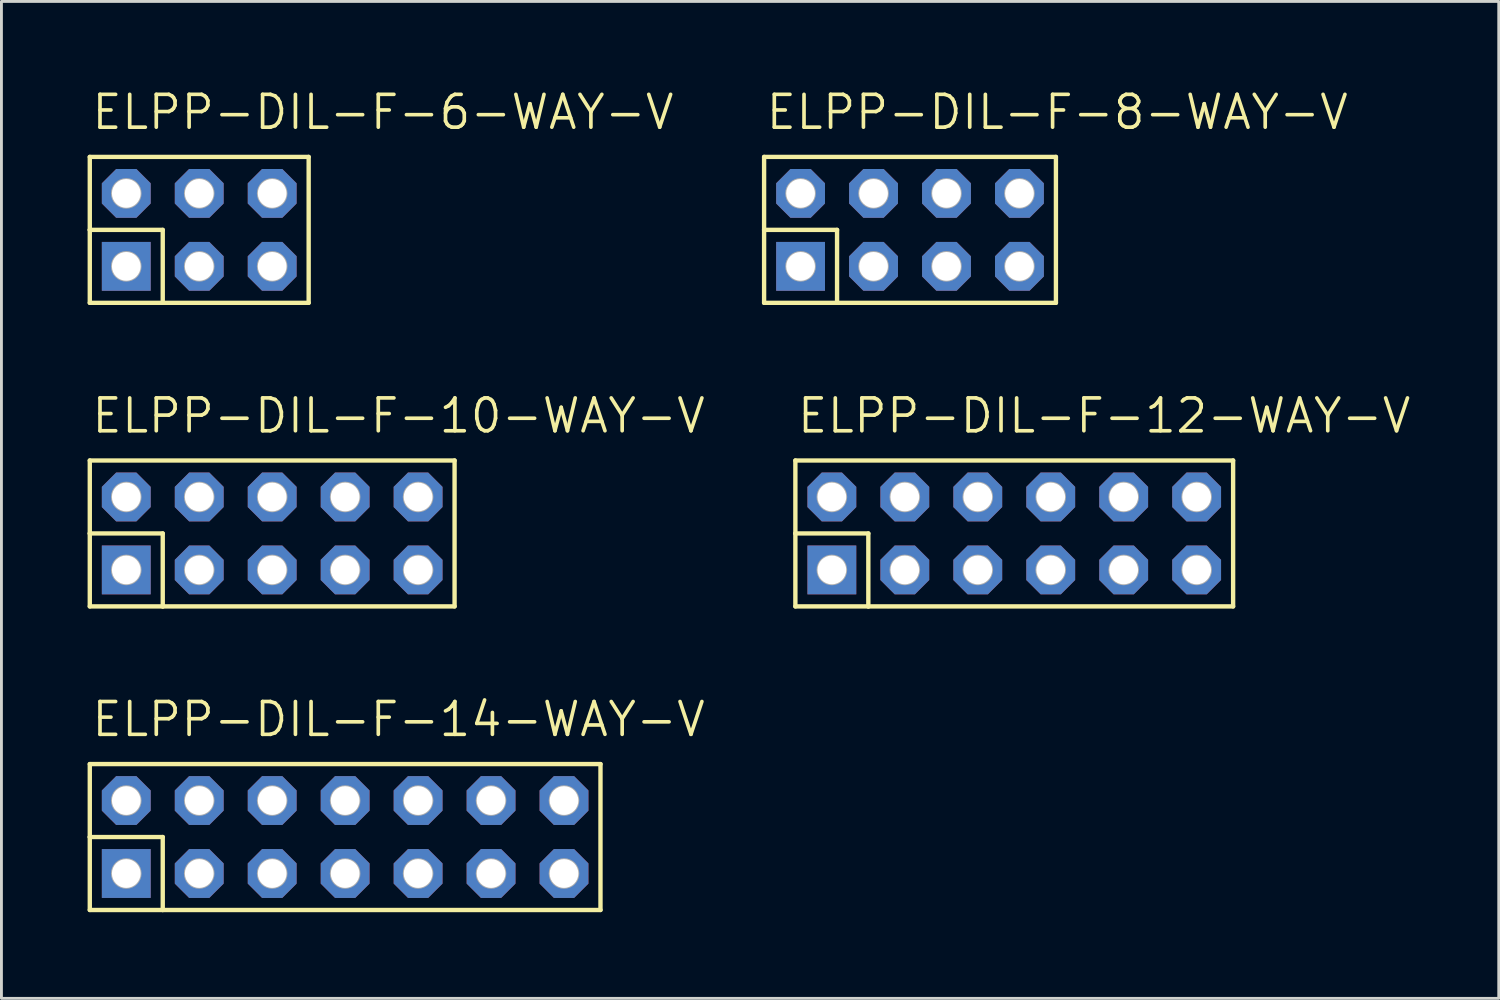
<source format=kicad_pcb>
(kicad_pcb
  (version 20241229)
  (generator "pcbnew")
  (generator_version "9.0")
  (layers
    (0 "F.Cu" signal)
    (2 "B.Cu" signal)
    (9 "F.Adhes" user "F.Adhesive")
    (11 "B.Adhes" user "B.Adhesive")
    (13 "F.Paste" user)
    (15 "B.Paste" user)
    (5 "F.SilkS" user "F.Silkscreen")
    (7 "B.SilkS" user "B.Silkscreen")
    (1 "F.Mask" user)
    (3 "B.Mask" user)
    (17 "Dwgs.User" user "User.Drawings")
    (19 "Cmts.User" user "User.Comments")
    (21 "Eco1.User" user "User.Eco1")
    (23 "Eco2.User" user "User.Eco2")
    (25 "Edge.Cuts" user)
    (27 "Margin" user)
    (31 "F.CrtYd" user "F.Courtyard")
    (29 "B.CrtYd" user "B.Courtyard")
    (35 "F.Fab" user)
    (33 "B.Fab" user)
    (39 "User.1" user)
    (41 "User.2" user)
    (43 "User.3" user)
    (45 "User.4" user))
  (footprint "ELPP-DIL-F-14-WAY-V"
    (layer "F.Cu")
    (at 6.426 27.361)
    (property "Reference" "ELPP-DIL-F-14-WAY-V" (at -6.35 -4.699 0) (unlocked yes) (layer "F.SilkS") (effects (font (size 1.143 1.143) (thickness 0.127)) (justify left bottom)))
    (fp_line (start -6.35 -3.81) (end 11.43 -3.81) (stroke (width 0.152) (type solid)) (layer "F.SilkS"))
    (fp_line (start -6.35 -1.27) (end -6.35 -3.81) (stroke (width 0.152) (type solid)) (layer "F.SilkS"))
    (fp_line (start -6.35 -1.27) (end -3.81 -1.27) (stroke (width 0.152) (type solid)) (layer "F.SilkS"))
    (fp_line (start -6.35 1.27) (end -6.35 -1.27) (stroke (width 0.152) (type solid)) (layer "F.SilkS"))
    (fp_line (start -3.81 -1.27) (end -3.81 1.27) (stroke (width 0.152) (type solid)) (layer "F.SilkS"))
    (fp_line (start -3.81 1.27) (end -6.35 1.27) (stroke (width 0.152) (type solid)) (layer "F.SilkS"))
    (fp_line (start 11.43 -3.81) (end 11.43 1.27) (stroke (width 0.152) (type solid)) (layer "F.SilkS"))
    (fp_line (start 11.43 1.27) (end -3.81 1.27) (stroke (width 0.152) (type solid)) (layer "F.SilkS"))
    (fp_circle (center -5.08 -2.54) (end -4.953 -2.54) (stroke (width 0.406) (type solid)) (fill no) (layer "F.Fab"))
    (fp_circle (center -5.08 0) (end -4.953 0) (stroke (width 0.406) (type solid)) (fill no) (layer "F.Fab"))
    (fp_circle (center -2.54 -2.54) (end -2.413 -2.54) (stroke (width 0.406) (type solid)) (fill no) (layer "F.Fab"))
    (fp_circle (center -2.54 0) (end -2.413 0) (stroke (width 0.406) (type solid)) (fill no) (layer "F.Fab"))
    (fp_circle (center 0 -2.54) (end 0.127 -2.54) (stroke (width 0.406) (type solid)) (fill no) (layer "F.Fab"))
    (fp_circle (center 0 0) (end 0.127 0) (stroke (width 0.406) (type solid)) (fill no) (layer "F.Fab"))
    (fp_circle (center 2.54 -2.54) (end 2.667 -2.54) (stroke (width 0.406) (type solid)) (fill no) (layer "F.Fab"))
    (fp_circle (center 2.54 0) (end 2.667 0) (stroke (width 0.406) (type solid)) (fill no) (layer "F.Fab"))
    (fp_circle (center 5.08 -2.54) (end 5.207 -2.54) (stroke (width 0.406) (type solid)) (fill no) (layer "F.Fab"))
    (fp_circle (center 5.08 0) (end 5.207 0) (stroke (width 0.406) (type solid)) (fill no) (layer "F.Fab"))
    (fp_circle (center 7.62 -2.54) (end 7.747 -2.54) (stroke (width 0.406) (type solid)) (fill no) (layer "F.Fab"))
    (fp_circle (center 7.62 0) (end 7.747 0) (stroke (width 0.406) (type solid)) (fill no) (layer "F.Fab"))
    (fp_circle (center 10.16 -2.54) (end 10.287 -2.54) (stroke (width 0.406) (type solid)) (fill no) (layer "F.Fab"))
    (fp_circle (center 10.16 0) (end 10.287 0) (stroke (width 0.406) (type solid)) (fill no) (layer "F.Fab"))
    (pad "1" thru_hole rect (at -5.08 0) (size 1.7 1.7) (drill 1) (layers "*.Cu" "*.Mask"))
    (pad "2" thru_hole roundrect (at -5.08 -2.54) (size 1.7 1.7) (drill 1) (layers "*.Cu" "*.Mask") (roundrect_rratio 0.25) (chamfer_ratio 0.293) (chamfer top_left top_right bottom_left bottom_right))
    (pad "3" thru_hole roundrect (at -2.54 0) (size 1.7 1.7) (drill 1) (layers "*.Cu" "*.Mask") (roundrect_rratio 0.25) (chamfer_ratio 0.293) (chamfer top_left top_right bottom_left bottom_right))
    (pad "4" thru_hole roundrect (at -2.54 -2.54) (size 1.7 1.7) (drill 1) (layers "*.Cu" "*.Mask") (roundrect_rratio 0.25) (chamfer_ratio 0.293) (chamfer top_left top_right bottom_left bottom_right))
    (pad "5" thru_hole roundrect (at 0 0) (size 1.7 1.7) (drill 1) (layers "*.Cu" "*.Mask") (roundrect_rratio 0.25) (chamfer_ratio 0.293) (chamfer top_left top_right bottom_left bottom_right))
    (pad "6" thru_hole roundrect (at 0 -2.54) (size 1.7 1.7) (drill 1) (layers "*.Cu" "*.Mask") (roundrect_rratio 0.25) (chamfer_ratio 0.293) (chamfer top_left top_right bottom_left bottom_right))
    (pad "7" thru_hole roundrect (at 2.54 0) (size 1.7 1.7) (drill 1) (layers "*.Cu" "*.Mask") (roundrect_rratio 0.25) (chamfer_ratio 0.293) (chamfer top_left top_right bottom_left bottom_right))
    (pad "8" thru_hole roundrect (at 2.54 -2.54) (size 1.7 1.7) (drill 1) (layers "*.Cu" "*.Mask") (roundrect_rratio 0.25) (chamfer_ratio 0.293) (chamfer top_left top_right bottom_left bottom_right))
    (pad "9" thru_hole roundrect (at 5.08 0) (size 1.7 1.7) (drill 1) (layers "*.Cu" "*.Mask") (roundrect_rratio 0.25) (chamfer_ratio 0.293) (chamfer top_left top_right bottom_left bottom_right))
    (pad "10" thru_hole roundrect (at 5.08 -2.54) (size 1.7 1.7) (drill 1) (layers "*.Cu" "*.Mask") (roundrect_rratio 0.25) (chamfer_ratio 0.293) (chamfer top_left top_right bottom_left bottom_right))
    (pad "11" thru_hole roundrect (at 7.62 0) (size 1.7 1.7) (drill 1) (layers "*.Cu" "*.Mask") (roundrect_rratio 0.25) (chamfer_ratio 0.293) (chamfer top_left top_right bottom_left bottom_right))
    (pad "12" thru_hole roundrect (at 7.62 -2.54) (size 1.7 1.7) (drill 1) (layers "*.Cu" "*.Mask") (roundrect_rratio 0.25) (chamfer_ratio 0.293) (chamfer top_left top_right bottom_left bottom_right))
    (pad "13" thru_hole roundrect (at 10.16 0) (size 1.7 1.7) (drill 1) (layers "*.Cu" "*.Mask") (roundrect_rratio 0.25) (chamfer_ratio 0.293) (chamfer top_left top_right bottom_left bottom_right))
    (pad "14" thru_hole roundrect (at 10.16 -2.54) (size 1.7 1.7) (drill 1) (layers "*.Cu" "*.Mask") (roundrect_rratio 0.25) (chamfer_ratio 0.293) (chamfer top_left top_right bottom_left bottom_right)))
  (footprint "ELPP-DIL-F-12-WAY-V"
    (layer "F.Cu")
    (at 30.991 16.792)
    (property "Reference" "ELPP-DIL-F-12-WAY-V" (at -6.35 -4.699 0) (unlocked yes) (layer "F.SilkS") (effects (font (size 1.143 1.143) (thickness 0.127)) (justify left bottom)))
    (fp_line (start -6.35 -3.81) (end 8.89 -3.81) (stroke (width 0.152) (type solid)) (layer "F.SilkS"))
    (fp_line (start -6.35 -1.27) (end -6.35 -3.81) (stroke (width 0.152) (type solid)) (layer "F.SilkS"))
    (fp_line (start -6.35 -1.27) (end -3.81 -1.27) (stroke (width 0.152) (type solid)) (layer "F.SilkS"))
    (fp_line (start -6.35 1.27) (end -6.35 -1.27) (stroke (width 0.152) (type solid)) (layer "F.SilkS"))
    (fp_line (start -3.81 -1.27) (end -3.81 1.27) (stroke (width 0.152) (type solid)) (layer "F.SilkS"))
    (fp_line (start -3.81 1.27) (end -6.35 1.27) (stroke (width 0.152) (type solid)) (layer "F.SilkS"))
    (fp_line (start 8.89 -3.81) (end 8.89 1.27) (stroke (width 0.152) (type solid)) (layer "F.SilkS"))
    (fp_line (start 8.89 1.27) (end -3.81 1.27) (stroke (width 0.152) (type solid)) (layer "F.SilkS"))
    (fp_circle (center -5.08 -2.54) (end -4.953 -2.54) (stroke (width 0.406) (type solid)) (fill no) (layer "F.Fab"))
    (fp_circle (center -5.08 0) (end -4.953 0) (stroke (width 0.406) (type solid)) (fill no) (layer "F.Fab"))
    (fp_circle (center -2.54 -2.54) (end -2.413 -2.54) (stroke (width 0.406) (type solid)) (fill no) (layer "F.Fab"))
    (fp_circle (center -2.54 0) (end -2.413 0) (stroke (width 0.406) (type solid)) (fill no) (layer "F.Fab"))
    (fp_circle (center 0 -2.54) (end 0.127 -2.54) (stroke (width 0.406) (type solid)) (fill no) (layer "F.Fab"))
    (fp_circle (center 0 0) (end 0.127 0) (stroke (width 0.406) (type solid)) (fill no) (layer "F.Fab"))
    (fp_circle (center 2.54 -2.54) (end 2.667 -2.54) (stroke (width 0.406) (type solid)) (fill no) (layer "F.Fab"))
    (fp_circle (center 2.54 0) (end 2.667 0) (stroke (width 0.406) (type solid)) (fill no) (layer "F.Fab"))
    (fp_circle (center 5.08 -2.54) (end 5.207 -2.54) (stroke (width 0.406) (type solid)) (fill no) (layer "F.Fab"))
    (fp_circle (center 5.08 0) (end 5.207 0) (stroke (width 0.406) (type solid)) (fill no) (layer "F.Fab"))
    (fp_circle (center 7.62 -2.54) (end 7.747 -2.54) (stroke (width 0.406) (type solid)) (fill no) (layer "F.Fab"))
    (fp_circle (center 7.62 0) (end 7.747 0) (stroke (width 0.406) (type solid)) (fill no) (layer "F.Fab"))
    (pad "1" thru_hole rect (at -5.08 0) (size 1.7 1.7) (drill 1) (layers "*.Cu" "*.Mask"))
    (pad "2" thru_hole roundrect (at -5.08 -2.54) (size 1.7 1.7) (drill 1) (layers "*.Cu" "*.Mask") (roundrect_rratio 0.25) (chamfer_ratio 0.293) (chamfer top_left top_right bottom_left bottom_right))
    (pad "3" thru_hole roundrect (at -2.54 0) (size 1.7 1.7) (drill 1) (layers "*.Cu" "*.Mask") (roundrect_rratio 0.25) (chamfer_ratio 0.293) (chamfer top_left top_right bottom_left bottom_right))
    (pad "4" thru_hole roundrect (at -2.54 -2.54) (size 1.7 1.7) (drill 1) (layers "*.Cu" "*.Mask") (roundrect_rratio 0.25) (chamfer_ratio 0.293) (chamfer top_left top_right bottom_left bottom_right))
    (pad "5" thru_hole roundrect (at 0 0) (size 1.7 1.7) (drill 1) (layers "*.Cu" "*.Mask") (roundrect_rratio 0.25) (chamfer_ratio 0.293) (chamfer top_left top_right bottom_left bottom_right))
    (pad "6" thru_hole roundrect (at 0 -2.54) (size 1.7 1.7) (drill 1) (layers "*.Cu" "*.Mask") (roundrect_rratio 0.25) (chamfer_ratio 0.293) (chamfer top_left top_right bottom_left bottom_right))
    (pad "7" thru_hole roundrect (at 2.54 0) (size 1.7 1.7) (drill 1) (layers "*.Cu" "*.Mask") (roundrect_rratio 0.25) (chamfer_ratio 0.293) (chamfer top_left top_right bottom_left bottom_right))
    (pad "8" thru_hole roundrect (at 2.54 -2.54) (size 1.7 1.7) (drill 1) (layers "*.Cu" "*.Mask") (roundrect_rratio 0.25) (chamfer_ratio 0.293) (chamfer top_left top_right bottom_left bottom_right))
    (pad "9" thru_hole roundrect (at 5.08 0) (size 1.7 1.7) (drill 1) (layers "*.Cu" "*.Mask") (roundrect_rratio 0.25) (chamfer_ratio 0.293) (chamfer top_left top_right bottom_left bottom_right))
    (pad "10" thru_hole roundrect (at 5.08 -2.54) (size 1.7 1.7) (drill 1) (layers "*.Cu" "*.Mask") (roundrect_rratio 0.25) (chamfer_ratio 0.293) (chamfer top_left top_right bottom_left bottom_right))
    (pad "11" thru_hole roundrect (at 7.62 0) (size 1.7 1.7) (drill 1) (layers "*.Cu" "*.Mask") (roundrect_rratio 0.25) (chamfer_ratio 0.293) (chamfer top_left top_right bottom_left bottom_right))
    (pad "12" thru_hole roundrect (at 7.62 -2.54) (size 1.7 1.7) (drill 1) (layers "*.Cu" "*.Mask") (roundrect_rratio 0.25) (chamfer_ratio 0.293) (chamfer top_left top_right bottom_left bottom_right)))
  (footprint "ELPP-DIL-F-6-WAY-V"
    (layer "F.Cu")
    (at 6.426 6.223)
    (property "Reference" "ELPP-DIL-F-6-WAY-V" (at -6.35 -4.699 0) (unlocked yes) (layer "F.SilkS") (effects (font (size 1.143 1.143) (thickness 0.127)) (justify left bottom)))
    (fp_line (start -6.35 -3.81) (end 1.27 -3.81) (stroke (width 0.152) (type solid)) (layer "F.SilkS"))
    (fp_line (start -6.35 -1.27) (end -6.35 -3.81) (stroke (width 0.152) (type solid)) (layer "F.SilkS"))
    (fp_line (start -6.35 -1.27) (end -3.81 -1.27) (stroke (width 0.152) (type solid)) (layer "F.SilkS"))
    (fp_line (start -6.35 1.27) (end -6.35 -1.27) (stroke (width 0.152) (type solid)) (layer "F.SilkS"))
    (fp_line (start -3.81 -1.27) (end -3.81 1.27) (stroke (width 0.152) (type solid)) (layer "F.SilkS"))
    (fp_line (start -3.81 1.27) (end -6.35 1.27) (stroke (width 0.152) (type solid)) (layer "F.SilkS"))
    (fp_line (start 1.27 -3.81) (end 1.27 1.27) (stroke (width 0.152) (type solid)) (layer "F.SilkS"))
    (fp_line (start 1.27 1.27) (end -3.81 1.27) (stroke (width 0.152) (type solid)) (layer "F.SilkS"))
    (fp_circle (center -5.08 -2.54) (end -4.953 -2.54) (stroke (width 0.406) (type solid)) (fill no) (layer "F.Fab"))
    (fp_circle (center -5.08 0) (end -4.953 0) (stroke (width 0.406) (type solid)) (fill no) (layer "F.Fab"))
    (fp_circle (center -2.54 -2.54) (end -2.413 -2.54) (stroke (width 0.406) (type solid)) (fill no) (layer "F.Fab"))
    (fp_circle (center -2.54 0) (end -2.413 0) (stroke (width 0.406) (type solid)) (fill no) (layer "F.Fab"))
    (fp_circle (center 0 -2.54) (end 0.127 -2.54) (stroke (width 0.406) (type solid)) (fill no) (layer "F.Fab"))
    (fp_circle (center 0 0) (end 0.127 0) (stroke (width 0.406) (type solid)) (fill no) (layer "F.Fab"))
    (pad "1" thru_hole rect (at -5.08 0) (size 1.7 1.7) (drill 1) (layers "*.Cu" "*.Mask"))
    (pad "2" thru_hole roundrect (at -5.08 -2.54) (size 1.7 1.7) (drill 1) (layers "*.Cu" "*.Mask") (roundrect_rratio 0.25) (chamfer_ratio 0.293) (chamfer top_left top_right bottom_left bottom_right))
    (pad "3" thru_hole roundrect (at -2.54 0) (size 1.7 1.7) (drill 1) (layers "*.Cu" "*.Mask") (roundrect_rratio 0.25) (chamfer_ratio 0.293) (chamfer top_left top_right bottom_left bottom_right))
    (pad "4" thru_hole roundrect (at -2.54 -2.54) (size 1.7 1.7) (drill 1) (layers "*.Cu" "*.Mask") (roundrect_rratio 0.25) (chamfer_ratio 0.293) (chamfer top_left top_right bottom_left bottom_right))
    (pad "5" thru_hole roundrect (at 0 0) (size 1.7 1.7) (drill 1) (layers "*.Cu" "*.Mask") (roundrect_rratio 0.25) (chamfer_ratio 0.293) (chamfer top_left top_right bottom_left bottom_right))
    (pad "6" thru_hole roundrect (at 0 -2.54) (size 1.7 1.7) (drill 1) (layers "*.Cu" "*.Mask") (roundrect_rratio 0.25) (chamfer_ratio 0.293) (chamfer top_left top_right bottom_left bottom_right)))
  (footprint "ELPP-DIL-F-10-WAY-V"
    (layer "F.Cu")
    (at 6.426 16.792)
    (property "Reference" "ELPP-DIL-F-10-WAY-V" (at -6.35 -4.699 0) (unlocked yes) (layer "F.SilkS") (effects (font (size 1.143 1.143) (thickness 0.127)) (justify left bottom)))
    (fp_line (start -6.35 -3.81) (end 6.35 -3.81) (stroke (width 0.152) (type solid)) (layer "F.SilkS"))
    (fp_line (start -6.35 -1.27) (end -6.35 -3.81) (stroke (width 0.152) (type solid)) (layer "F.SilkS"))
    (fp_line (start -6.35 -1.27) (end -3.81 -1.27) (stroke (width 0.152) (type solid)) (layer "F.SilkS"))
    (fp_line (start -6.35 1.27) (end -6.35 -1.27) (stroke (width 0.152) (type solid)) (layer "F.SilkS"))
    (fp_line (start -3.81 -1.27) (end -3.81 1.27) (stroke (width 0.152) (type solid)) (layer "F.SilkS"))
    (fp_line (start -3.81 1.27) (end -6.35 1.27) (stroke (width 0.152) (type solid)) (layer "F.SilkS"))
    (fp_line (start 6.35 -3.81) (end 6.35 1.27) (stroke (width 0.152) (type solid)) (layer "F.SilkS"))
    (fp_line (start 6.35 1.27) (end -3.81 1.27) (stroke (width 0.152) (type solid)) (layer "F.SilkS"))
    (fp_circle (center -5.08 -2.54) (end -4.953 -2.54) (stroke (width 0.406) (type solid)) (fill no) (layer "F.Fab"))
    (fp_circle (center -5.08 0) (end -4.953 0) (stroke (width 0.406) (type solid)) (fill no) (layer "F.Fab"))
    (fp_circle (center -2.54 -2.54) (end -2.413 -2.54) (stroke (width 0.406) (type solid)) (fill no) (layer "F.Fab"))
    (fp_circle (center -2.54 0) (end -2.413 0) (stroke (width 0.406) (type solid)) (fill no) (layer "F.Fab"))
    (fp_circle (center 0 -2.54) (end 0.127 -2.54) (stroke (width 0.406) (type solid)) (fill no) (layer "F.Fab"))
    (fp_circle (center 0 0) (end 0.127 0) (stroke (width 0.406) (type solid)) (fill no) (layer "F.Fab"))
    (fp_circle (center 2.54 -2.54) (end 2.667 -2.54) (stroke (width 0.406) (type solid)) (fill no) (layer "F.Fab"))
    (fp_circle (center 2.54 0) (end 2.667 0) (stroke (width 0.406) (type solid)) (fill no) (layer "F.Fab"))
    (fp_circle (center 5.08 -2.54) (end 5.207 -2.54) (stroke (width 0.406) (type solid)) (fill no) (layer "F.Fab"))
    (fp_circle (center 5.08 0) (end 5.207 0) (stroke (width 0.406) (type solid)) (fill no) (layer "F.Fab"))
    (pad "1" thru_hole rect (at -5.08 0) (size 1.7 1.7) (drill 1) (layers "*.Cu" "*.Mask"))
    (pad "2" thru_hole roundrect (at -5.08 -2.54) (size 1.7 1.7) (drill 1) (layers "*.Cu" "*.Mask") (roundrect_rratio 0.25) (chamfer_ratio 0.293) (chamfer top_left top_right bottom_left bottom_right))
    (pad "3" thru_hole roundrect (at -2.54 0) (size 1.7 1.7) (drill 1) (layers "*.Cu" "*.Mask") (roundrect_rratio 0.25) (chamfer_ratio 0.293) (chamfer top_left top_right bottom_left bottom_right))
    (pad "4" thru_hole roundrect (at -2.54 -2.54) (size 1.7 1.7) (drill 1) (layers "*.Cu" "*.Mask") (roundrect_rratio 0.25) (chamfer_ratio 0.293) (chamfer top_left top_right bottom_left bottom_right))
    (pad "5" thru_hole roundrect (at 0 0) (size 1.7 1.7) (drill 1) (layers "*.Cu" "*.Mask") (roundrect_rratio 0.25) (chamfer_ratio 0.293) (chamfer top_left top_right bottom_left bottom_right))
    (pad "6" thru_hole roundrect (at 0 -2.54) (size 1.7 1.7) (drill 1) (layers "*.Cu" "*.Mask") (roundrect_rratio 0.25) (chamfer_ratio 0.293) (chamfer top_left top_right bottom_left bottom_right))
    (pad "7" thru_hole roundrect (at 2.54 0) (size 1.7 1.7) (drill 1) (layers "*.Cu" "*.Mask") (roundrect_rratio 0.25) (chamfer_ratio 0.293) (chamfer top_left top_right bottom_left bottom_right))
    (pad "8" thru_hole roundrect (at 2.54 -2.54) (size 1.7 1.7) (drill 1) (layers "*.Cu" "*.Mask") (roundrect_rratio 0.25) (chamfer_ratio 0.293) (chamfer top_left top_right bottom_left bottom_right))
    (pad "9" thru_hole roundrect (at 5.08 0) (size 1.7 1.7) (drill 1) (layers "*.Cu" "*.Mask") (roundrect_rratio 0.25) (chamfer_ratio 0.293) (chamfer top_left top_right bottom_left bottom_right))
    (pad "10" thru_hole roundrect (at 5.08 -2.54) (size 1.7 1.7) (drill 1) (layers "*.Cu" "*.Mask") (roundrect_rratio 0.25) (chamfer_ratio 0.293) (chamfer top_left top_right bottom_left bottom_right)))
  (footprint "ELPP-DIL-F-8-WAY-V"
    (layer "F.Cu")
    (at 29.902 6.223)
    (property "Reference" "ELPP-DIL-F-8-WAY-V" (at -6.35 -4.699 0) (unlocked yes) (layer "F.SilkS") (effects (font (size 1.143 1.143) (thickness 0.127)) (justify left bottom)))
    (fp_line (start -6.35 -3.81) (end 3.81 -3.81) (stroke (width 0.152) (type solid)) (layer "F.SilkS"))
    (fp_line (start -6.35 -1.27) (end -6.35 -3.81) (stroke (width 0.152) (type solid)) (layer "F.SilkS"))
    (fp_line (start -6.35 -1.27) (end -3.81 -1.27) (stroke (width 0.152) (type solid)) (layer "F.SilkS"))
    (fp_line (start -6.35 1.27) (end -6.35 -1.27) (stroke (width 0.152) (type solid)) (layer "F.SilkS"))
    (fp_line (start -3.81 -1.27) (end -3.81 1.27) (stroke (width 0.152) (type solid)) (layer "F.SilkS"))
    (fp_line (start -3.81 1.27) (end -6.35 1.27) (stroke (width 0.152) (type solid)) (layer "F.SilkS"))
    (fp_line (start 3.81 -3.81) (end 3.81 1.27) (stroke (width 0.152) (type solid)) (layer "F.SilkS"))
    (fp_line (start 3.81 1.27) (end -3.81 1.27) (stroke (width 0.152) (type solid)) (layer "F.SilkS"))
    (fp_circle (center -5.08 -2.54) (end -4.953 -2.54) (stroke (width 0.406) (type solid)) (fill no) (layer "F.Fab"))
    (fp_circle (center -5.08 0) (end -4.953 0) (stroke (width 0.406) (type solid)) (fill no) (layer "F.Fab"))
    (fp_circle (center -2.54 -2.54) (end -2.413 -2.54) (stroke (width 0.406) (type solid)) (fill no) (layer "F.Fab"))
    (fp_circle (center -2.54 0) (end -2.413 0) (stroke (width 0.406) (type solid)) (fill no) (layer "F.Fab"))
    (fp_circle (center 0 -2.54) (end 0.127 -2.54) (stroke (width 0.406) (type solid)) (fill no) (layer "F.Fab"))
    (fp_circle (center 0 0) (end 0.127 0) (stroke (width 0.406) (type solid)) (fill no) (layer "F.Fab"))
    (fp_circle (center 2.54 -2.54) (end 2.667 -2.54) (stroke (width 0.406) (type solid)) (fill no) (layer "F.Fab"))
    (fp_circle (center 2.54 0) (end 2.667 0) (stroke (width 0.406) (type solid)) (fill no) (layer "F.Fab"))
    (pad "1" thru_hole rect (at -5.08 0) (size 1.7 1.7) (drill 1) (layers "*.Cu" "*.Mask"))
    (pad "2" thru_hole roundrect (at -5.08 -2.54) (size 1.7 1.7) (drill 1) (layers "*.Cu" "*.Mask") (roundrect_rratio 0.25) (chamfer_ratio 0.293) (chamfer top_left top_right bottom_left bottom_right))
    (pad "3" thru_hole roundrect (at -2.54 0) (size 1.7 1.7) (drill 1) (layers "*.Cu" "*.Mask") (roundrect_rratio 0.25) (chamfer_ratio 0.293) (chamfer top_left top_right bottom_left bottom_right))
    (pad "4" thru_hole roundrect (at -2.54 -2.54) (size 1.7 1.7) (drill 1) (layers "*.Cu" "*.Mask") (roundrect_rratio 0.25) (chamfer_ratio 0.293) (chamfer top_left top_right bottom_left bottom_right))
    (pad "5" thru_hole roundrect (at 0 0) (size 1.7 1.7) (drill 1) (layers "*.Cu" "*.Mask") (roundrect_rratio 0.25) (chamfer_ratio 0.293) (chamfer top_left top_right bottom_left bottom_right))
    (pad "6" thru_hole roundrect (at 0 -2.54) (size 1.7 1.7) (drill 1) (layers "*.Cu" "*.Mask") (roundrect_rratio 0.25) (chamfer_ratio 0.293) (chamfer top_left top_right bottom_left bottom_right))
    (pad "7" thru_hole roundrect (at 2.54 0) (size 1.7 1.7) (drill 1) (layers "*.Cu" "*.Mask") (roundrect_rratio 0.25) (chamfer_ratio 0.293) (chamfer top_left top_right bottom_left bottom_right))
    (pad "8" thru_hole roundrect (at 2.54 -2.54) (size 1.7 1.7) (drill 1) (layers "*.Cu" "*.Mask") (roundrect_rratio 0.25) (chamfer_ratio 0.293) (chamfer top_left top_right bottom_left bottom_right)))
  (gr_rect
    (start -3 -3)
    (end 49.129 31.708)
    (stroke (width 0.1) (type default))
    (fill no)
    (layer "Edge.Cuts")))
</source>
